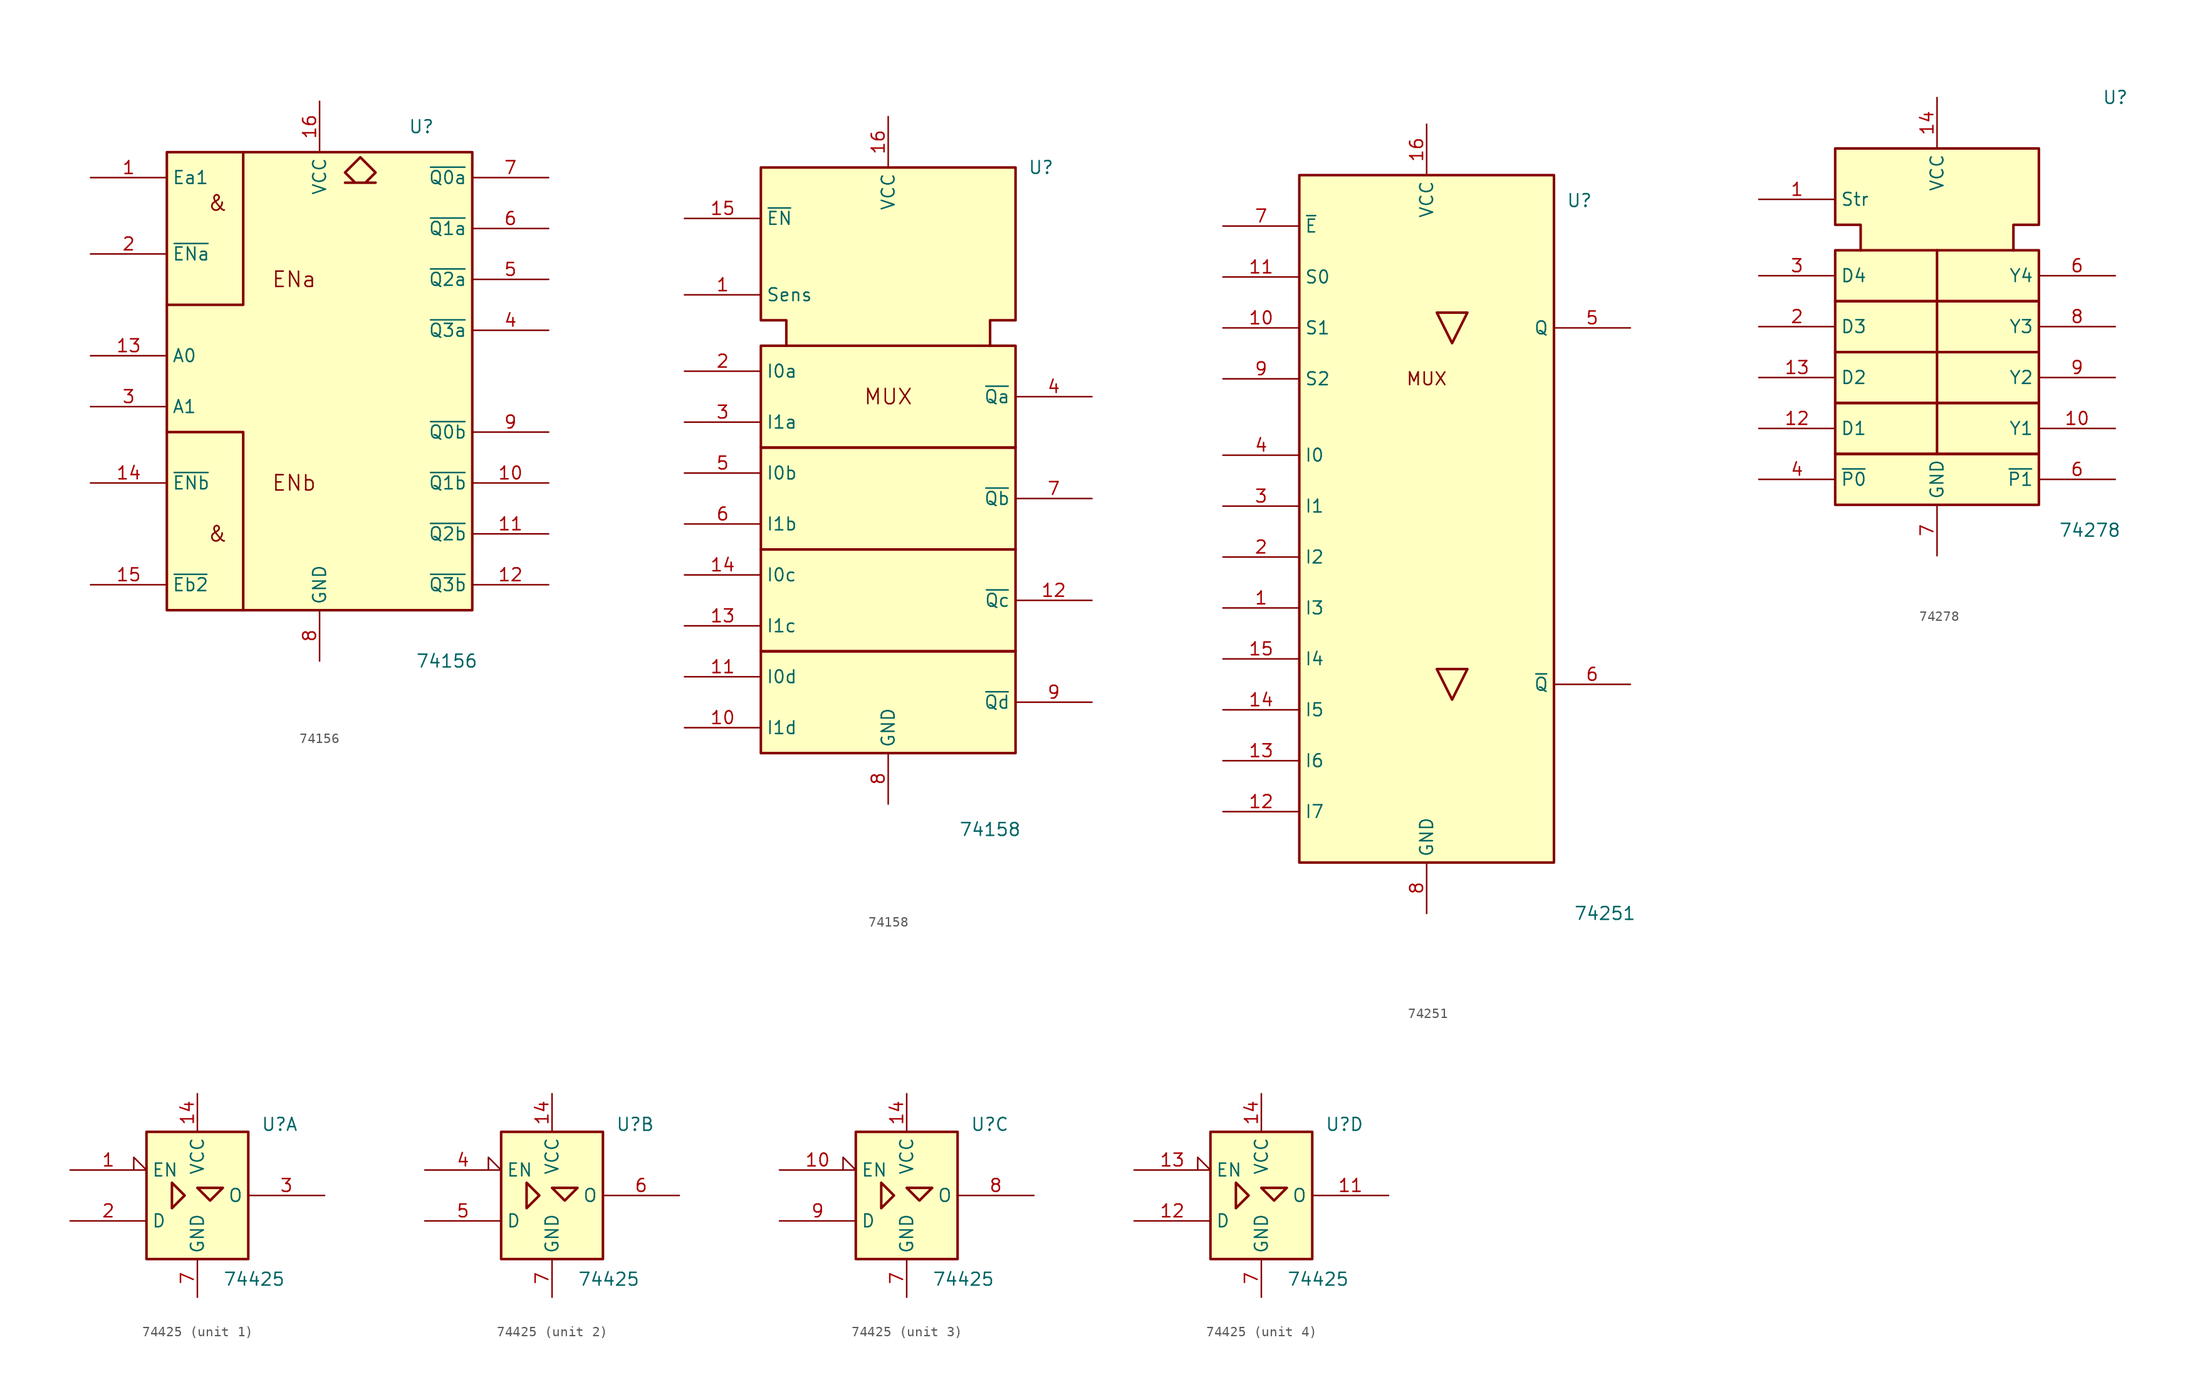
<source format=kicad_sym>
(kicad_symbol_lib
  (version 20231120)
  (generator "kicad_symbol_editor")
  (generator_version "8.0")
  (symbol "74156"
    (property "Reference" "U"
      (at 10.16 25.4 0)
      (effects (font (size 1.27 1.27))))
    (property "Value" "74156"
      (at 12.7 -27.94 0)
      (effects (font (size 1.27 1.27))))
    (symbol "74156_0_0"
      (rectangle (start -15.24 22.86) (end 15.24 -22.86) (stroke (width 0.254) (type default)) (fill (type background)))
      (polyline (pts (xy -15.24 -5.08) (xy -7.62 -5.08) (xy -7.62 -22.86) (xy -7.62 -22.86)) (stroke (width 0.254) (type default)) (fill (type background)))
      (polyline (pts (xy -7.62 22.86) (xy -7.62 7.62) (xy -15.24 7.62) (xy -15.24 7.62)) (stroke (width 0.254) (type default)) (fill (type background)))
      (polyline (pts (xy 4.064 22.352) (xy 5.588 20.828) (xy 4.572 19.812) (xy 5.588 19.812) (xy 2.54 19.812) (xy 3.556 19.812) (xy 2.54 20.828) (xy 4.064 22.352) (xy 4.064 22.352)) (stroke (width 0.254) (type default)) (fill (type background)))
      (text "&" (at -10.16 -15.24 0) (effects (font (size 1.524 1.524))))
      (text "&" (at -10.16 17.78 0) (effects (font (size 1.524 1.524))))
      (text "ENa" (at -2.54 10.16 0) (effects (font (size 1.524 1.524))))
      (text "ENb" (at -2.54 -10.16 0) (effects (font (size 1.524 1.524))))
      (pin power_in line (at 0 27.94 270) (length 5.08) (name "VCC" (effects (font (size 1.27 1.27)))) (number "16" (effects (font (size 1.27 1.27)))))
      (pin power_in line (at 0 -27.94 90) (length 5.08) (name "GND" (effects (font (size 1.27 1.27)))) (number "8" (effects (font (size 1.27 1.27))))))
    (symbol "74156_1_1"
      (pin input line (at -22.86 20.32 0) (length 7.62) (name "Ea1" (effects (font (size 1.27 1.27)))) (number "1" (effects (font (size 1.27 1.27)))))
      (pin open_collector line (at 22.86 -10.16 180) (length 7.62) (name "~{Q1b}" (effects (font (size 1.27 1.27)))) (number "10" (effects (font (size 1.27 1.27)))))
      (pin open_collector line (at 22.86 -15.24 180) (length 7.62) (name "~{Q2b}" (effects (font (size 1.27 1.27)))) (number "11" (effects (font (size 1.27 1.27)))))
      (pin open_collector line (at 22.86 -20.32 180) (length 7.62) (name "~{Q3b}" (effects (font (size 1.27 1.27)))) (number "12" (effects (font (size 1.27 1.27)))))
      (pin input line (at -22.86 2.54 0) (length 7.62) (name "A0" (effects (font (size 1.27 1.27)))) (number "13" (effects (font (size 1.27 1.27)))))
      (pin input line (at -22.86 -10.16 0) (length 7.62) (name "~{ENb}" (effects (font (size 1.27 1.27)))) (number "14" (effects (font (size 1.27 1.27)))))
      (pin input line (at -22.86 -20.32 0) (length 7.62) (name "~{Eb2}" (effects (font (size 1.27 1.27)))) (number "15" (effects (font (size 1.27 1.27)))))
      (pin input line (at -22.86 12.7 0) (length 7.62) (name "~{ENa}" (effects (font (size 1.27 1.27)))) (number "2" (effects (font (size 1.27 1.27)))))
      (pin input line (at -22.86 -2.54 0) (length 7.62) (name "A1" (effects (font (size 1.27 1.27)))) (number "3" (effects (font (size 1.27 1.27)))))
      (pin open_collector line (at 22.86 5.08 180) (length 7.62) (name "~{Q3a}" (effects (font (size 1.27 1.27)))) (number "4" (effects (font (size 1.27 1.27)))))
      (pin open_collector line (at 22.86 10.16 180) (length 7.62) (name "~{Q2a}" (effects (font (size 1.27 1.27)))) (number "5" (effects (font (size 1.27 1.27)))))
      (pin open_collector line (at 22.86 15.24 180) (length 7.62) (name "~{Q1a}" (effects (font (size 1.27 1.27)))) (number "6" (effects (font (size 1.27 1.27)))))
      (pin open_collector line (at 22.86 20.32 180) (length 7.62) (name "~{Q0a}" (effects (font (size 1.27 1.27)))) (number "7" (effects (font (size 1.27 1.27)))))
      (pin open_collector line (at 22.86 -5.08 180) (length 7.62) (name "~{Q0b}" (effects (font (size 1.27 1.27)))) (number "9" (effects (font (size 1.27 1.27)))))))
  (symbol "74158"
    (property "Reference" "U"
      (at 15.24 48.26 0)
      (effects (font (size 1.27 1.27))))
    (property "Value" "74158"
      (at 10.16 -17.78 0)
      (effects (font (size 1.27 1.27))))
    (symbol "74158_0_0"
      (rectangle (start -12.7 0) (end 12.7 -10.16) (stroke (width 0.254) (type default)) (fill (type background)))
      (rectangle (start -12.7 10.16) (end 12.7 0) (stroke (width 0.254) (type default)) (fill (type background)))
      (rectangle (start -12.7 20.32) (end 12.7 10.16) (stroke (width 0.254) (type default)) (fill (type background)))
      (rectangle (start -12.7 30.48) (end 12.7 20.32) (stroke (width 0.254) (type default)) (fill (type background)))
      (polyline (pts (xy -10.16 30.48) (xy -10.16 33.02) (xy -12.7 33.02) (xy -12.7 48.26) (xy 12.7 48.26) (xy 12.7 33.02) (xy 10.16 33.02) (xy 10.16 30.48) (xy 10.16 30.48)) (stroke (width 0.254) (type default)) (fill (type background)))
      (text "MUX" (at 0 25.4 0) (effects (font (size 1.524 1.524))))
      (pin power_in line (at 0 53.34 270) (length 5.08) (name "VCC" (effects (font (size 1.27 1.27)))) (number "16" (effects (font (size 1.27 1.27)))))
      (pin power_in line (at 0 -15.24 90) (length 5.08) (name "GND" (effects (font (size 1.27 1.27)))) (number "8" (effects (font (size 1.27 1.27))))))
    (symbol "74158_1_1"
      (pin input line (at -20.32 35.56 0) (length 7.62) (name "Sens" (effects (font (size 1.27 1.27)))) (number "1" (effects (font (size 1.27 1.27)))))
      (pin input line (at -20.32 -7.62 0) (length 7.62) (name "I1d" (effects (font (size 1.27 1.27)))) (number "10" (effects (font (size 1.27 1.27)))))
      (pin input line (at -20.32 -2.54 0) (length 7.62) (name "I0d" (effects (font (size 1.27 1.27)))) (number "11" (effects (font (size 1.27 1.27)))))
      (pin output line (at 20.32 5.08 180) (length 7.62) (name "~{Qc}" (effects (font (size 1.27 1.27)))) (number "12" (effects (font (size 1.27 1.27)))))
      (pin input line (at -20.32 2.54 0) (length 7.62) (name "I1c" (effects (font (size 1.27 1.27)))) (number "13" (effects (font (size 1.27 1.27)))))
      (pin input line (at -20.32 7.62 0) (length 7.62) (name "I0c" (effects (font (size 1.27 1.27)))) (number "14" (effects (font (size 1.27 1.27)))))
      (pin input line (at -20.32 43.18 0) (length 7.62) (name "~{EN}" (effects (font (size 1.27 1.27)))) (number "15" (effects (font (size 1.27 1.27)))))
      (pin input line (at -20.32 27.94 0) (length 7.62) (name "I0a" (effects (font (size 1.27 1.27)))) (number "2" (effects (font (size 1.27 1.27)))))
      (pin input line (at -20.32 22.86 0) (length 7.62) (name "I1a" (effects (font (size 1.27 1.27)))) (number "3" (effects (font (size 1.27 1.27)))))
      (pin output line (at 20.32 25.4 180) (length 7.62) (name "~{Qa}" (effects (font (size 1.27 1.27)))) (number "4" (effects (font (size 1.27 1.27)))))
      (pin input line (at -20.32 17.78 0) (length 7.62) (name "I0b" (effects (font (size 1.27 1.27)))) (number "5" (effects (font (size 1.27 1.27)))))
      (pin input line (at -20.32 12.7 0) (length 7.62) (name "I1b" (effects (font (size 1.27 1.27)))) (number "6" (effects (font (size 1.27 1.27)))))
      (pin output line (at 20.32 15.24 180) (length 7.62) (name "~{Qb}" (effects (font (size 1.27 1.27)))) (number "7" (effects (font (size 1.27 1.27)))))
      (pin output line (at 20.32 -5.08 180) (length 7.62) (name "~{Qd}" (effects (font (size 1.27 1.27)))) (number "9" (effects (font (size 1.27 1.27)))))))
  (symbol "74251"
    (property "Reference" "U"
      (at 15.24 30.48 0)
      (effects (font (size 1.27 1.27))))
    (property "Value" "74251"
      (at 17.78 -40.64 0)
      (effects (font (size 1.27 1.27))))
    (symbol "74251_0_0"
      (rectangle (start -12.7 33.02) (end 12.7 -35.56) (stroke (width 0.254) (type default)) (fill (type background)))
      (polyline (pts (xy 4.064 -16.256) (xy 1.016 -16.256) (xy 2.54 -19.304) (xy 4.064 -16.256) (xy 4.064 -16.256)) (stroke (width 0.254) (type default)) (fill (type background)))
      (polyline (pts (xy 4.064 19.304) (xy 1.016 19.304) (xy 2.54 16.256) (xy 4.064 19.304) (xy 4.064 19.304)) (stroke (width 0.254) (type default)) (fill (type background)))
      (text "MUX" (at 0 12.7 0) (effects (font (size 1.27 1.27))))
      (pin power_in line (at 0 38.1 270) (length 5.08) (name "VCC" (effects (font (size 1.27 1.27)))) (number "16" (effects (font (size 1.27 1.27)))))
      (pin power_in line (at 0 -40.64 90) (length 5.08) (name "GND" (effects (font (size 1.27 1.27)))) (number "8" (effects (font (size 1.27 1.27))))))
    (symbol "74251_1_1"
      (pin input line (at -20.32 -10.16 0) (length 7.62) (name "I3" (effects (font (size 1.27 1.27)))) (number "1" (effects (font (size 1.27 1.27)))))
      (pin input line (at -20.32 17.78 0) (length 7.62) (name "S1" (effects (font (size 1.27 1.27)))) (number "10" (effects (font (size 1.27 1.27)))))
      (pin input line (at -20.32 22.86 0) (length 7.62) (name "S0" (effects (font (size 1.27 1.27)))) (number "11" (effects (font (size 1.27 1.27)))))
      (pin input line (at -20.32 -30.48 0) (length 7.62) (name "I7" (effects (font (size 1.27 1.27)))) (number "12" (effects (font (size 1.27 1.27)))))
      (pin input line (at -20.32 -25.4 0) (length 7.62) (name "I6" (effects (font (size 1.27 1.27)))) (number "13" (effects (font (size 1.27 1.27)))))
      (pin input line (at -20.32 -20.32 0) (length 7.62) (name "I5" (effects (font (size 1.27 1.27)))) (number "14" (effects (font (size 1.27 1.27)))))
      (pin input line (at -20.32 -15.24 0) (length 7.62) (name "I4" (effects (font (size 1.27 1.27)))) (number "15" (effects (font (size 1.27 1.27)))))
      (pin input line (at -20.32 -5.08 0) (length 7.62) (name "I2" (effects (font (size 1.27 1.27)))) (number "2" (effects (font (size 1.27 1.27)))))
      (pin input line (at -20.32 0 0) (length 7.62) (name "I1" (effects (font (size 1.27 1.27)))) (number "3" (effects (font (size 1.27 1.27)))))
      (pin input line (at -20.32 5.08 0) (length 7.62) (name "I0" (effects (font (size 1.27 1.27)))) (number "4" (effects (font (size 1.27 1.27)))))
      (pin tri_state line (at 20.32 17.78 180) (length 7.62) (name "Q" (effects (font (size 1.27 1.27)))) (number "5" (effects (font (size 1.27 1.27)))))
      (pin tri_state line (at 20.32 -17.78 180) (length 7.62) (name "~{Q}" (effects (font (size 1.27 1.27)))) (number "6" (effects (font (size 1.27 1.27)))))
      (pin input line (at -20.32 27.94 0) (length 7.62) (name "~{E}" (effects (font (size 1.27 1.27)))) (number "7" (effects (font (size 1.27 1.27)))))
      (pin input line (at -20.32 12.7 0) (length 7.62) (name "S2" (effects (font (size 1.27 1.27)))) (number "9" (effects (font (size 1.27 1.27)))))))
  (symbol "74278"
    (property "Reference" "U"
      (at 17.78 20.32 0)
      (effects (font (size 1.27 1.27))))
    (property "Value" "74278"
      (at 15.24 -22.86 0)
      (effects (font (size 1.27 1.27))))
    (symbol "74278_0_0"
      (rectangle (start -10.16 -15.24) (end 10.16 -20.32) (stroke (width 0.254) (type default)) (fill (type background)))
      (rectangle (start -10.16 -10.16) (end 10.16 -15.24) (stroke (width 0.254) (type default)) (fill (type background)))
      (rectangle (start -10.16 -5.08) (end 10.16 -10.16) (stroke (width 0.254) (type default)) (fill (type background)))
      (rectangle (start -10.16 0) (end 10.16 -5.08) (stroke (width 0.254) (type default)) (fill (type background)))
      (rectangle (start -10.16 5.08) (end 10.16 0) (stroke (width 0.254) (type default)) (fill (type background)))
      (polyline (pts (xy 0 5.08) (xy 0 -15.24) (xy 0 -15.24)) (stroke (width 0.254) (type default)) (fill (type background)))
      (polyline (pts (xy -7.62 5.08) (xy -7.62 7.62) (xy -10.16 7.62) (xy -10.16 15.24) (xy 10.16 15.24) (xy 10.16 7.62) (xy 7.62 7.62) (xy 7.62 5.08) (xy 7.62 5.08)) (stroke (width 0.254) (type default)) (fill (type background)))
      (pin power_in line (at 0 20.32 270) (length 5.08) (name "VCC" (effects (font (size 1.27 1.27)))) (number "14" (effects (font (size 1.27 1.27)))))
      (pin power_in line (at 0 -25.4 90) (length 5.08) (name "GND" (effects (font (size 1.27 1.27)))) (number "7" (effects (font (size 1.27 1.27))))))
    (symbol "74278_1_1"
      (pin input line (at -17.78 10.16 0) (length 7.62) (name "Str" (effects (font (size 1.27 1.27)))) (number "1" (effects (font (size 1.27 1.27)))))
      (pin output line (at 17.78 -12.7 180) (length 7.62) (name "Y1" (effects (font (size 1.27 1.27)))) (number "10" (effects (font (size 1.27 1.27)))))
      (pin input line (at -17.78 -12.7 0) (length 7.62) (name "D1" (effects (font (size 1.27 1.27)))) (number "12" (effects (font (size 1.27 1.27)))))
      (pin input line (at -17.78 -7.62 0) (length 7.62) (name "D2" (effects (font (size 1.27 1.27)))) (number "13" (effects (font (size 1.27 1.27)))))
      (pin input line (at -17.78 -2.54 0) (length 7.62) (name "D3" (effects (font (size 1.27 1.27)))) (number "2" (effects (font (size 1.27 1.27)))))
      (pin input line (at -17.78 2.54 0) (length 7.62) (name "D4" (effects (font (size 1.27 1.27)))) (number "3" (effects (font (size 1.27 1.27)))))
      (pin input line (at -17.78 -17.78 0) (length 7.62) (name "~{P0}" (effects (font (size 1.27 1.27)))) (number "4" (effects (font (size 1.27 1.27)))))
      (pin output line (at 17.78 2.54 180) (length 7.62) (name "Y4" (effects (font (size 1.27 1.27)))) (number "6" (effects (font (size 1.27 1.27)))))
      (pin output line (at 17.78 -17.78 180) (length 7.62) (name "~{P1}" (effects (font (size 1.27 1.27)))) (number "6" (effects (font (size 1.27 1.27)))))
      (pin output line (at 17.78 -2.54 180) (length 7.62) (name "Y3" (effects (font (size 1.27 1.27)))) (number "8" (effects (font (size 1.27 1.27)))))
      (pin output line (at 17.78 -7.62 180) (length 7.62) (name "Y2" (effects (font (size 1.27 1.27)))) (number "9" (effects (font (size 1.27 1.27)))))))
  (symbol "74425"
    (property "Reference" "U"
      (at 6.35 6.35 0)
      (effects (font (size 1.27 1.27)) (justify left bottom)))
    (property "Value" "74425"
      (at 2.54 -7.62 0)
      (effects (font (size 1.27 1.27)) (justify left top)))
    (symbol "74425_0_1"
      (rectangle (start -5.08 6.35) (end 5.08 -6.35) (stroke (width 0.254) (type default)) (fill (type background)))
      (polyline (pts (xy -2.54 1.27) (xy -2.54 -1.27) (xy -1.27 0) (xy -2.54 1.27) (xy -2.54 1.27)) (stroke (width 0.254) (type default)) (fill (type background)))
      (polyline (pts (xy 0 0.762) (xy 2.54 0.762) (xy 1.27 -0.508) (xy 0 0.762) (xy 0 0.762)) (stroke (width 0.254) (type default)) (fill (type background)))
      (pin power_in line (at 0 10.16 270) (length 3.81) (name "VCC" (effects (font (size 1.27 1.27)))) (number "14" (effects (font (size 1.27 1.27)))))
      (pin power_in line (at 0 -10.16 90) (length 3.81) (name "GND" (effects (font (size 1.27 1.27)))) (number "7" (effects (font (size 1.27 1.27))))))
    (symbol "74425_1_0"
      (pin input input_low (at -12.7 2.54 0) (length 7.62) (name "EN" (effects (font (size 1.27 1.27)))) (number "1" (effects (font (size 1.27 1.27))))))
    (symbol "74425_1_1"
      (pin input line (at -12.7 -2.54 0) (length 7.62) (name "D" (effects (font (size 1.27 1.27)))) (number "2" (effects (font (size 1.27 1.27)))))
      (pin tri_state line (at 12.7 0 180) (length 7.62) (name "O" (effects (font (size 1.27 1.27)))) (number "3" (effects (font (size 1.27 1.27))))))
    (symbol "74425_2_0"
      (pin input input_low (at -12.7 2.54 0) (length 7.62) (name "EN" (effects (font (size 1.27 1.27)))) (number "4" (effects (font (size 1.27 1.27))))))
    (symbol "74425_2_1"
      (pin input line (at -12.7 -2.54 0) (length 7.62) (name "D" (effects (font (size 1.27 1.27)))) (number "5" (effects (font (size 1.27 1.27)))))
      (pin tri_state line (at 12.7 0 180) (length 7.62) (name "O" (effects (font (size 1.27 1.27)))) (number "6" (effects (font (size 1.27 1.27))))))
    (symbol "74425_3_0"
      (pin input input_low (at -12.7 2.54 0) (length 7.62) (name "EN" (effects (font (size 1.27 1.27)))) (number "10" (effects (font (size 1.27 1.27))))))
    (symbol "74425_3_1"
      (pin tri_state line (at 12.7 0 180) (length 7.62) (name "O" (effects (font (size 1.27 1.27)))) (number "8" (effects (font (size 1.27 1.27)))))
      (pin input line (at -12.7 -2.54 0) (length 7.62) (name "D" (effects (font (size 1.27 1.27)))) (number "9" (effects (font (size 1.27 1.27))))))
    (symbol "74425_4_0"
      (pin input input_low (at -12.7 2.54 0) (length 7.62) (name "EN" (effects (font (size 1.27 1.27)))) (number "13" (effects (font (size 1.27 1.27))))))
    (symbol "74425_4_1"
      (pin tri_state line (at 12.7 0 180) (length 7.62) (name "O" (effects (font (size 1.27 1.27)))) (number "11" (effects (font (size 1.27 1.27)))))
      (pin input line (at -12.7 -2.54 0) (length 7.62) (name "D" (effects (font (size 1.27 1.27)))) (number "12" (effects (font (size 1.27 1.27))))))))
</source>
